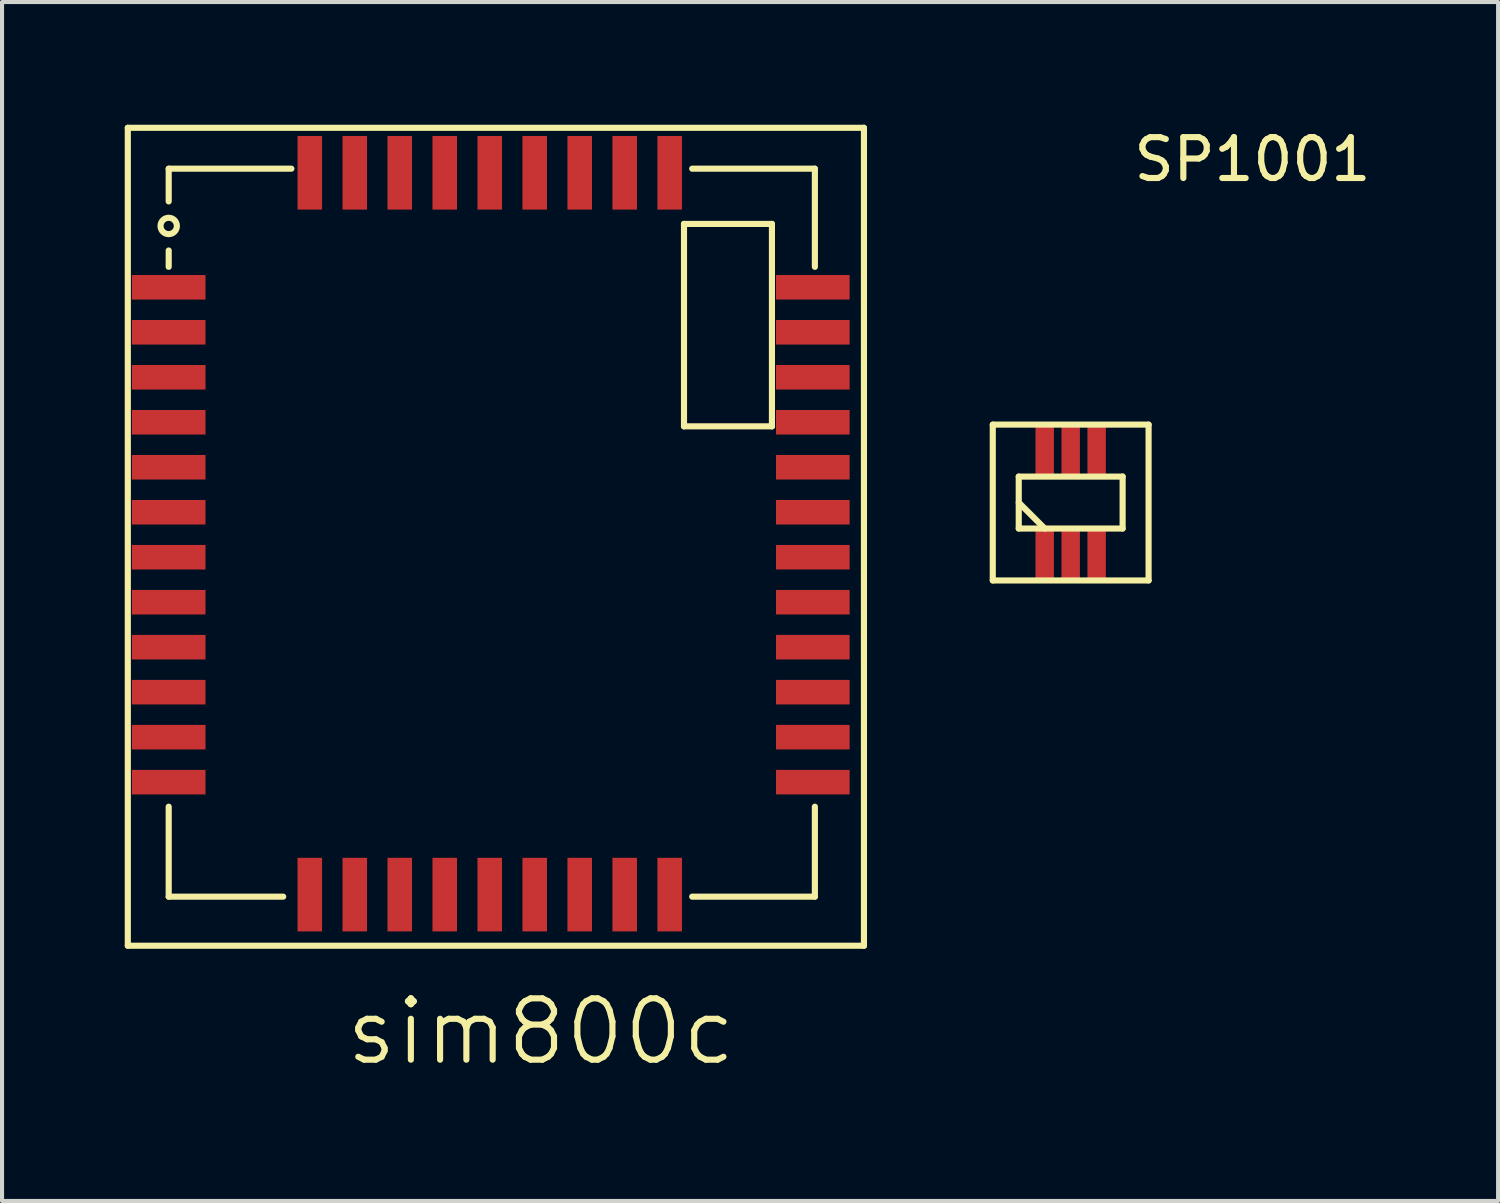
<source format=kicad_pcb>
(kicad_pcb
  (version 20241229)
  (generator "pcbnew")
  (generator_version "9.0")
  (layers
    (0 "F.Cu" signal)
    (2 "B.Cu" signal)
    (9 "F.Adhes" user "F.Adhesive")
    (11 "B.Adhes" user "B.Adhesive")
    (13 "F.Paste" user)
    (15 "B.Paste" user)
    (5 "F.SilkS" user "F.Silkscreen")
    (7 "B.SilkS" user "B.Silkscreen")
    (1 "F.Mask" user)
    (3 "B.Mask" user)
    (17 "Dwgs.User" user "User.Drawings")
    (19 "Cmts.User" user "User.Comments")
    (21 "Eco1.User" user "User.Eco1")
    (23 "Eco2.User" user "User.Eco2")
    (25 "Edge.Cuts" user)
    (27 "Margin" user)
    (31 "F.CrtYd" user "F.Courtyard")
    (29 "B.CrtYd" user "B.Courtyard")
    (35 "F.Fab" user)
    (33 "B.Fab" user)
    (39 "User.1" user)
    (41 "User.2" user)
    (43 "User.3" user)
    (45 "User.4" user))
  (footprint "sim800c"
    (layer "F.Cu")
    (at 9.075 10.075)
    (property "Reference" "sim800c" (at 1.1 12.1 0) (layer "F.SilkS") (effects (font (size 1.5 1.5) (thickness 0.15))))
    (attr through_hole)
    (fp_line (start -9 -10) (end -9 10) (stroke (width 0.15) (type solid)) (layer "F.SilkS"))
    (fp_line (start -9 10) (end 9 10) (stroke (width 0.15) (type solid)) (layer "F.SilkS"))
    (fp_line (start -8 -9) (end -8 -8.2) (stroke (width 0.15) (type solid)) (layer "F.SilkS"))
    (fp_line (start -8 -7) (end -8 -6.6) (stroke (width 0.15) (type solid)) (layer "F.SilkS"))
    (fp_line (start -8 6.6) (end -8 8.8) (stroke (width 0.15) (type solid)) (layer "F.SilkS"))
    (fp_line (start -8 8.8) (end -5.2 8.8) (stroke (width 0.15) (type solid)) (layer "F.SilkS"))
    (fp_line (start -5 -9) (end -8 -9) (stroke (width 0.15) (type solid)) (layer "F.SilkS"))
    (fp_line (start 4.6 -7.65) (end 4.6 -2.7) (stroke (width 0.15) (type solid)) (layer "F.SilkS"))
    (fp_line (start 4.6 -2.7) (end 6.75 -2.7) (stroke (width 0.15) (type solid)) (layer "F.SilkS"))
    (fp_line (start 4.8 -9) (end 7.8 -9) (stroke (width 0.15) (type solid)) (layer "F.SilkS"))
    (fp_line (start 4.8 8.8) (end 7.8 8.8) (stroke (width 0.15) (type solid)) (layer "F.SilkS"))
    (fp_line (start 6.75 -7.65) (end 4.6 -7.65) (stroke (width 0.15) (type solid)) (layer "F.SilkS"))
    (fp_line (start 6.75 -2.7) (end 6.75 -7.65) (stroke (width 0.15) (type solid)) (layer "F.SilkS"))
    (fp_line (start 7.8 -9) (end 7.8 -6.6) (stroke (width 0.15) (type solid)) (layer "F.SilkS"))
    (fp_line (start 7.8 8.8) (end 7.8 6.6) (stroke (width 0.15) (type solid)) (layer "F.SilkS"))
    (fp_line (start 9 -10) (end -9 -10) (stroke (width 0.15) (type solid)) (layer "F.SilkS"))
    (fp_line (start 9 10) (end 9 -10) (stroke (width 0.15) (type solid)) (layer "F.SilkS"))
    (fp_circle (center -8 -7.6) (end -8 -7.4) (stroke (width 0.15) (type solid)) (fill no) (layer "F.SilkS"))
    (pad "1" smd rect (at -8 -6.1 90) (size 0.6 1.8) (layers "F.Cu" "F.Mask" "F.Paste"))
    (pad "2" smd rect (at -8 -5 90) (size 0.6 1.8) (layers "F.Cu" "F.Mask" "F.Paste"))
    (pad "3" smd rect (at -8 -3.9 90) (size 0.6 1.8) (layers "F.Cu" "F.Mask" "F.Paste"))
    (pad "4" smd rect (at -8 -2.8 90) (size 0.6 1.8) (layers "F.Cu" "F.Mask" "F.Paste"))
    (pad "5" smd rect (at -8 -1.7 90) (size 0.6 1.8) (layers "F.Cu" "F.Mask" "F.Paste"))
    (pad "6" smd rect (at -8 -0.6 90) (size 0.6 1.8) (layers "F.Cu" "F.Mask" "F.Paste"))
    (pad "7" smd rect (at -8 0.5 90) (size 0.6 1.8) (layers "F.Cu" "F.Mask" "F.Paste"))
    (pad "8" smd rect (at -8 1.6 90) (size 0.6 1.8) (layers "F.Cu" "F.Mask" "F.Paste"))
    (pad "9" smd rect (at -8 2.7 90) (size 0.6 1.8) (layers "F.Cu" "F.Mask" "F.Paste"))
    (pad "10" smd rect (at -8 3.8 90) (size 0.6 1.8) (layers "F.Cu" "F.Mask" "F.Paste"))
    (pad "11" smd rect (at -8 4.9 90) (size 0.6 1.8) (layers "F.Cu" "F.Mask" "F.Paste"))
    (pad "12" smd rect (at -8 6 90) (size 0.6 1.8) (layers "F.Cu" "F.Mask" "F.Paste"))
    (pad "13" smd rect (at -4.55 8.75) (size 0.6 1.8) (layers "F.Cu" "F.Mask" "F.Paste"))
    (pad "14" smd rect (at -3.45 8.75) (size 0.6 1.8) (layers "F.Cu" "F.Mask" "F.Paste"))
    (pad "15" smd rect (at -2.35 8.75) (size 0.6 1.8) (layers "F.Cu" "F.Mask" "F.Paste"))
    (pad "16" smd rect (at -1.25 8.75) (size 0.6 1.8) (layers "F.Cu" "F.Mask" "F.Paste"))
    (pad "17" smd rect (at -0.15 8.75) (size 0.6 1.8) (layers "F.Cu" "F.Mask" "F.Paste"))
    (pad "18" smd rect (at 0.95 8.75) (size 0.6 1.8) (layers "F.Cu" "F.Mask" "F.Paste"))
    (pad "19" smd rect (at 2.05 8.75) (size 0.6 1.8) (layers "F.Cu" "F.Mask" "F.Paste"))
    (pad "20" smd rect (at 3.15 8.75) (size 0.6 1.8) (layers "F.Cu" "F.Mask" "F.Paste"))
    (pad "21" smd rect (at 4.25 8.75) (size 0.6 1.8) (layers "F.Cu" "F.Mask" "F.Paste"))
    (pad "22" smd rect (at 7.75 6 90) (size 0.6 1.8) (layers "F.Cu" "F.Mask" "F.Paste"))
    (pad "23" smd rect (at 7.75 4.9 90) (size 0.6 1.8) (layers "F.Cu" "F.Mask" "F.Paste"))
    (pad "24" smd rect (at 7.75 3.8 90) (size 0.6 1.8) (layers "F.Cu" "F.Mask" "F.Paste"))
    (pad "25" smd rect (at 7.75 2.7 90) (size 0.6 1.8) (layers "F.Cu" "F.Mask" "F.Paste"))
    (pad "26" smd rect (at 7.75 1.6 90) (size 0.6 1.8) (layers "F.Cu" "F.Mask" "F.Paste"))
    (pad "27" smd rect (at 7.75 0.5 90) (size 0.6 1.8) (layers "F.Cu" "F.Mask" "F.Paste"))
    (pad "28" smd rect (at 7.75 -0.6 90) (size 0.6 1.8) (layers "F.Cu" "F.Mask" "F.Paste"))
    (pad "29" smd rect (at 7.75 -1.7 90) (size 0.6 1.8) (layers "F.Cu" "F.Mask" "F.Paste"))
    (pad "30" smd rect (at 7.75 -2.8 90) (size 0.6 1.8) (layers "F.Cu" "F.Mask" "F.Paste"))
    (pad "31" smd rect (at 7.75 -3.9 90) (size 0.6 1.8) (layers "F.Cu" "F.Mask" "F.Paste"))
    (pad "32" smd rect (at 7.75 -5 90) (size 0.6 1.8) (layers "F.Cu" "F.Mask" "F.Paste"))
    (pad "33" smd rect (at 7.75 -6.1 90) (size 0.6 1.8) (layers "F.Cu" "F.Mask" "F.Paste"))
    (pad "34" smd rect (at 4.25 -8.9) (size 0.6 1.8) (layers "F.Cu" "F.Mask" "F.Paste"))
    (pad "35" smd rect (at 3.15 -8.9) (size 0.6 1.8) (layers "F.Cu" "F.Mask" "F.Paste"))
    (pad "36" smd rect (at 2.05 -8.9) (size 0.6 1.8) (layers "F.Cu" "F.Mask" "F.Paste"))
    (pad "37" smd rect (at 0.95 -8.9) (size 0.6 1.8) (layers "F.Cu" "F.Mask" "F.Paste"))
    (pad "38" smd rect (at -0.15 -8.9) (size 0.6 1.8) (layers "F.Cu" "F.Mask" "F.Paste"))
    (pad "39" smd rect (at -1.25 -8.9) (size 0.6 1.8) (layers "F.Cu" "F.Mask" "F.Paste"))
    (pad "40" smd rect (at -2.35 -8.9) (size 0.6 1.8) (layers "F.Cu" "F.Mask" "F.Paste"))
    (pad "41" smd rect (at -3.45 -8.9) (size 0.6 1.8) (layers "F.Cu" "F.Mask" "F.Paste"))
    (pad "42" smd rect (at -4.55 -8.9) (size 0.6 1.8) (layers "F.Cu" "F.Mask" "F.Paste")))
  (footprint "SP1001"
    (layer "F.Cu")
    (at 27.575 7.968)
    (property "Reference" "SP1001" (at 0 -7.12 0) (layer "F.SilkS") (effects (font (size 1 1) (thickness 0.15))))
    (attr through_hole)
    (fp_line (start -6.35 -0.635) (end -2.54 -0.635) (stroke (width 0.15) (type solid)) (layer "F.SilkS"))
    (fp_line (start -6.35 3.175) (end -6.35 -0.635) (stroke (width 0.15) (type solid)) (layer "F.SilkS"))
    (fp_line (start -5.715 0.635) (end -3.175 0.635) (stroke (width 0.15) (type solid)) (layer "F.SilkS"))
    (fp_line (start -5.715 1.27) (end -5.08 1.905) (stroke (width 0.15) (type solid)) (layer "F.SilkS"))
    (fp_line (start -5.715 1.905) (end -5.715 0.635) (stroke (width 0.15) (type solid)) (layer "F.SilkS"))
    (fp_line (start -3.175 0.635) (end -3.175 1.905) (stroke (width 0.15) (type solid)) (layer "F.SilkS"))
    (fp_line (start -3.175 1.905) (end -5.715 1.905) (stroke (width 0.15) (type solid)) (layer "F.SilkS"))
    (fp_line (start -2.54 -0.635) (end -2.54 3.175) (stroke (width 0.15) (type solid)) (layer "F.SilkS"))
    (fp_line (start -2.54 3.175) (end -6.35 3.175) (stroke (width 0.15) (type solid)) (layer "F.SilkS"))
    (pad "1" smd trapezoid (at -5.08 2.54) (size 0.45 1.2) (layers "F.Cu" "F.Mask" "F.Paste"))
    (pad "2" smd trapezoid (at -4.445 2.54) (size 0.45 1.2) (layers "F.Cu" "F.Mask" "F.Paste"))
    (pad "3" smd trapezoid (at -3.81 2.54) (size 0.45 1.2) (layers "F.Cu" "F.Mask" "F.Paste"))
    (pad "4" smd trapezoid (at -3.81 0) (size 0.45 1.2) (layers "F.Cu" "F.Mask" "F.Paste"))
    (pad "5" smd trapezoid (at -4.445 0) (size 0.45 1.2) (layers "F.Cu" "F.Mask" "F.Paste"))
    (pad "6" smd trapezoid (at -5.08 0) (size 0.45 1.2) (layers "F.Cu" "F.Mask" "F.Paste")))
  (gr_rect
    (start -3 -3)
    (end 33.581 26.316)
    (stroke (width 0.1) (type default))
    (fill no)
    (layer "Edge.Cuts")))
</source>
